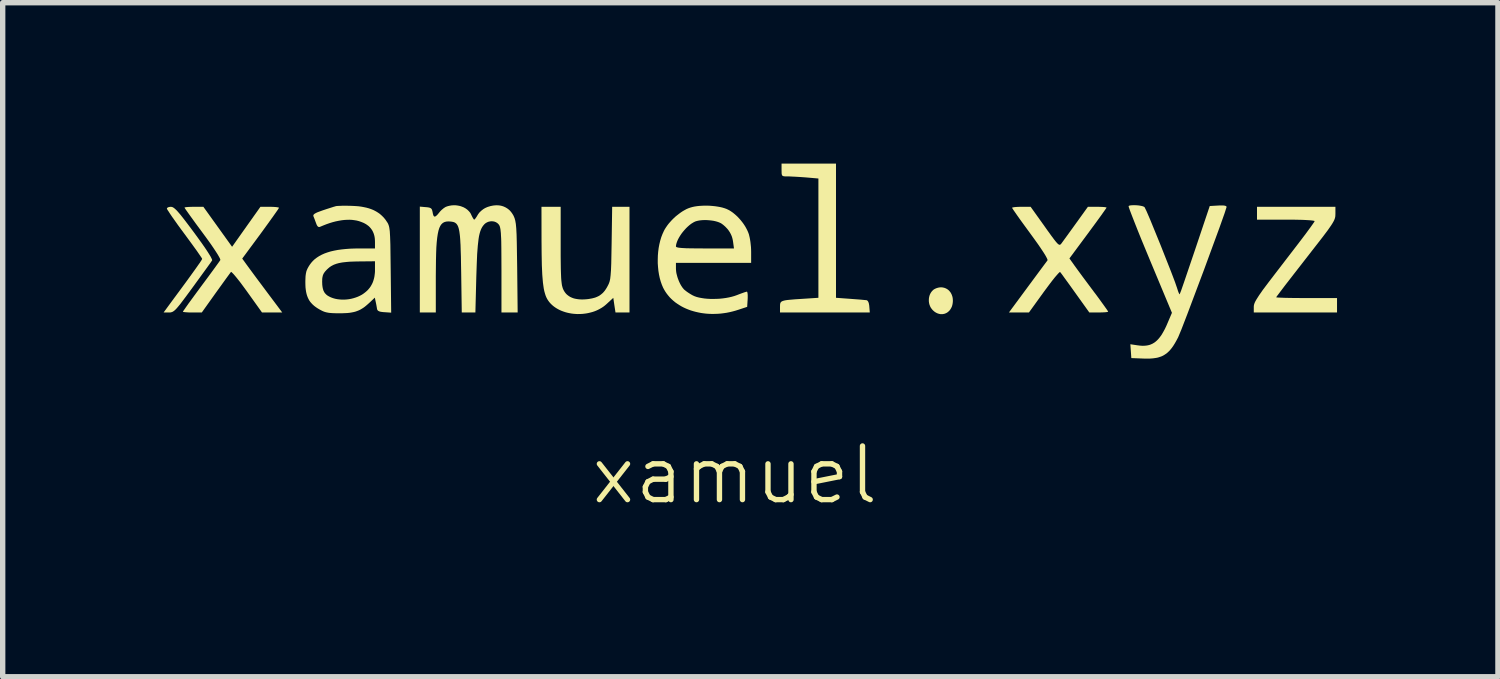
<source format=kicad_pcb>
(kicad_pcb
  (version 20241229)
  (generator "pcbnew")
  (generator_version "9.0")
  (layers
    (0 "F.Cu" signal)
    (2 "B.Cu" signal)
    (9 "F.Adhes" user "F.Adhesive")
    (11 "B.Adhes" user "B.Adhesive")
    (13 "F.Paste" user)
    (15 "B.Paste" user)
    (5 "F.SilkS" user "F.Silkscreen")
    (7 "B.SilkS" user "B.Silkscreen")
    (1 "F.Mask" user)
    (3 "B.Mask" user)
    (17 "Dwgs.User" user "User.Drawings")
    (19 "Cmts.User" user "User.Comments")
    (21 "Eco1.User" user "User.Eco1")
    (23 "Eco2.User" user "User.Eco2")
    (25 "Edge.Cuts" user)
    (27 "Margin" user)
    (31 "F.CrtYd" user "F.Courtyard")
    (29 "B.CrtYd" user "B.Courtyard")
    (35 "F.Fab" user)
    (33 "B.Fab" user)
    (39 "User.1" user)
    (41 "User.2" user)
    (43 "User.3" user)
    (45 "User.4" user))
  (footprint "xamuel"
    (layer "F.Cu")
    (at 10.649 1.807)
    (property "Reference" "xamuel" (at 0 4 0) (unlocked yes) (layer "F.SilkS") (effects (font (size 1 1) (thickness 0.1))))
    (fp_poly (pts (xy 11.198 -0.87) (xy 11.196 -0.825) (xy 11.192 -0.803) (xy 11.186 -0.781) (xy 11.176 -0.755) (xy 11.162 -0.727) (xy 11.143 -0.694) (xy 11.119 -0.656) (xy 11.052 -0.56) (xy 10.954 -0.43) (xy 10.646 -0.034) (xy 10.432 0.241) (xy 10.256 0.468) (xy 10.138 0.624) (xy 10.105 0.668) (xy 10.097 0.68) (xy 10.094 0.685) (xy 10.097 0.687) (xy 10.106 0.688) (xy 10.139 0.691) (xy 10.261 0.696) (xy 10.441 0.699) (xy 10.661 0.7) (xy 11.228 0.7) (xy 11.228 0.969) (xy 9.676 0.969) (xy 9.676 0.863) (xy 9.677 0.845) (xy 9.68 0.827) (xy 9.686 0.806) (xy 9.695 0.783) (xy 9.708 0.756) (xy 9.726 0.725) (xy 9.775 0.648) (xy 9.847 0.545) (xy 9.947 0.412) (xy 10.078 0.241) (xy 10.243 0.026) (xy 10.463 -0.26) (xy 10.56 -0.387) (xy 10.644 -0.498) (xy 10.713 -0.592) (xy 10.765 -0.664) (xy 10.799 -0.713) (xy 10.807 -0.727) (xy 10.81 -0.733) (xy 10.808 -0.737) (xy 10.801 -0.74) (xy 10.772 -0.745) (xy 10.726 -0.75) (xy 10.664 -0.754) (xy 10.586 -0.758) (xy 10.495 -0.76) (xy 10.39 -0.762) (xy 10.273 -0.762) (xy 9.736 -0.762) (xy 9.736 -1.001) (xy 11.198 -1.001)) (stroke (width -0.000001) (type solid)) (fill yes) (layer "F.SilkS"))
    (fp_poly (pts (xy 1.887 0.695) (xy 2.148 0.714) (xy 2.253 0.722) (xy 2.346 0.729) (xy 2.416 0.736) (xy 2.454 0.739) (xy 2.457 0.74) (xy 2.459 0.741) (xy 2.464 0.743) (xy 2.469 0.746) (xy 2.474 0.749) (xy 2.478 0.754) (xy 2.482 0.759) (xy 2.486 0.766) (xy 2.49 0.773) (xy 2.493 0.781) (xy 2.496 0.789) (xy 2.499 0.799) (xy 2.501 0.809) (xy 2.503 0.82) (xy 2.505 0.831) (xy 2.507 0.844) (xy 2.508 0.857) (xy 2.517 0.969) (xy 0.843 0.969) (xy 0.843 0.865) (xy 0.844 0.824) (xy 0.846 0.808) (xy 0.85 0.793) (xy 0.856 0.781) (xy 0.86 0.776) (xy 0.866 0.77) (xy 0.872 0.766) (xy 0.879 0.761) (xy 0.896 0.754) (xy 0.919 0.747) (xy 0.947 0.741) (xy 0.982 0.736) (xy 1.023 0.732) (xy 1.128 0.723) (xy 1.268 0.714) (xy 1.559 0.695) (xy 1.559 -1.529) (xy 1.33 -1.549) (xy 1.233 -1.556) (xy 1.135 -1.562) (xy 1.05 -1.566) (xy 1.015 -1.568) (xy 0.987 -1.568) (xy 0.95 -1.568) (xy 0.934 -1.569) (xy 0.921 -1.57) (xy 0.915 -1.571) (xy 0.91 -1.572) (xy 0.905 -1.573) (xy 0.901 -1.575) (xy 0.897 -1.576) (xy 0.893 -1.578) (xy 0.89 -1.581) (xy 0.887 -1.583) (xy 0.885 -1.586) (xy 0.882 -1.59) (xy 0.88 -1.593) (xy 0.879 -1.598) (xy 0.877 -1.602) (xy 0.876 -1.607) (xy 0.875 -1.613) (xy 0.874 -1.619) (xy 0.873 -1.632) (xy 0.873 -1.648) (xy 0.872 -1.687) (xy 0.872 -1.807) (xy 1.887 -1.807)) (stroke (width -0.000001) (type solid)) (fill yes) (layer "F.SilkS"))
    (fp_poly (pts (xy 3.866 0.501) (xy 3.88 0.503) (xy 3.894 0.506) (xy 3.907 0.509) (xy 3.92 0.514) (xy 3.933 0.519) (xy 3.945 0.525) (xy 3.957 0.532) (xy 3.968 0.539) (xy 3.979 0.547) (xy 3.989 0.556) (xy 3.999 0.566) (xy 4.008 0.577) (xy 4.017 0.588) (xy 4.025 0.599) (xy 4.032 0.612) (xy 4.039 0.625) (xy 4.045 0.638) (xy 4.05 0.652) (xy 4.055 0.667) (xy 4.059 0.682) (xy 4.062 0.698) (xy 4.064 0.714) (xy 4.065 0.731) (xy 4.066 0.748) (xy 4.065 0.77) (xy 4.063 0.79) (xy 4.06 0.81) (xy 4.056 0.829) (xy 4.051 0.847) (xy 4.045 0.864) (xy 4.037 0.88) (xy 4.029 0.895) (xy 4.02 0.91) (xy 4.01 0.923) (xy 4 0.936) (xy 3.988 0.947) (xy 3.977 0.957) (xy 3.964 0.967) (xy 3.951 0.975) (xy 3.937 0.982) (xy 3.923 0.988) (xy 3.909 0.993) (xy 3.894 0.996) (xy 3.879 0.999) (xy 3.863 1) (xy 3.847 1) (xy 3.832 0.999) (xy 3.816 0.996) (xy 3.8 0.992) (xy 3.784 0.987) (xy 3.768 0.98) (xy 3.752 0.972) (xy 3.737 0.963) (xy 3.721 0.952) (xy 3.706 0.939) (xy 3.691 0.925) (xy 3.681 0.914) (xy 3.671 0.902) (xy 3.662 0.889) (xy 3.653 0.876) (xy 3.646 0.863) (xy 3.64 0.849) (xy 3.634 0.834) (xy 3.629 0.82) (xy 3.625 0.805) (xy 3.622 0.79) (xy 3.62 0.775) (xy 3.618 0.76) (xy 3.618 0.745) (xy 3.618 0.73) (xy 3.619 0.715) (xy 3.62 0.7) (xy 3.623 0.686) (xy 3.626 0.671) (xy 3.63 0.657) (xy 3.634 0.643) (xy 3.64 0.63) (xy 3.646 0.617) (xy 3.653 0.604) (xy 3.661 0.592) (xy 3.669 0.581) (xy 3.678 0.57) (xy 3.688 0.56) (xy 3.698 0.55) (xy 3.709 0.541) (xy 3.721 0.534) (xy 3.734 0.527) (xy 3.747 0.521) (xy 3.762 0.515) (xy 3.778 0.51) (xy 3.793 0.506) (xy 3.808 0.503) (xy 3.823 0.501) (xy 3.837 0.5) (xy 3.852 0.5)) (stroke (width -0.000001) (type solid)) (fill yes) (layer "F.SilkS"))
    (fp_poly (pts (xy -10.5 -1) (xy -10.488 -0.997) (xy -10.474 -0.991) (xy -10.46 -0.982) (xy -10.444 -0.97) (xy -10.426 -0.954) (xy -10.406 -0.935) (xy -10.384 -0.911) (xy -10.33 -0.848) (xy -10.264 -0.764) (xy -10.181 -0.655) (xy -10.08 -0.52) (xy -10.002 -0.413) (xy -9.933 -0.317) (xy -9.874 -0.232) (xy -9.848 -0.193) (xy -9.825 -0.158) (xy -9.805 -0.126) (xy -9.787 -0.097) (xy -9.772 -0.072) (xy -9.761 -0.05) (xy -9.752 -0.032) (xy -9.746 -0.018) (xy -9.745 -0.012) (xy -9.744 -0.008) (xy -9.744 -0.004) (xy -9.745 -0.001) (xy -9.78 0.05) (xy -9.861 0.162) (xy -10.108 0.502) (xy -10.216 0.649) (xy -10.261 0.709) (xy -10.3 0.761) (xy -10.334 0.806) (xy -10.35 0.826) (xy -10.365 0.844) (xy -10.378 0.86) (xy -10.391 0.875) (xy -10.403 0.889) (xy -10.414 0.901) (xy -10.425 0.912) (xy -10.435 0.922) (xy -10.444 0.93) (xy -10.453 0.937) (xy -10.462 0.944) (xy -10.47 0.949) (xy -10.478 0.954) (xy -10.486 0.958) (xy -10.494 0.961) (xy -10.501 0.963) (xy -10.509 0.965) (xy -10.516 0.967) (xy -10.524 0.968) (xy -10.532 0.968) (xy -10.549 0.969) (xy -10.649 0.969) (xy -10.49 0.752) (xy -10.34 0.549) (xy -10.218 0.383) (xy -10.121 0.249) (xy -10.047 0.146) (xy -9.993 0.069) (xy -9.972 0.04) (xy -9.957 0.016) (xy -9.945 -0.002) (xy -9.937 -0.016) (xy -9.932 -0.026) (xy -9.931 -0.029) (xy -9.931 -0.031) (xy -9.932 -0.036) (xy -9.937 -0.045) (xy -9.957 -0.075) (xy -10.027 -0.177) (xy -10.132 -0.322) (xy -10.259 -0.495) (xy -10.325 -0.584) (xy -10.387 -0.669) (xy -10.442 -0.747) (xy -10.491 -0.816) (xy -10.531 -0.875) (xy -10.561 -0.922) (xy -10.573 -0.939) (xy -10.581 -0.953) (xy -10.586 -0.963) (xy -10.587 -0.967) (xy -10.587 -0.969) (xy -10.587 -0.971) (xy -10.587 -0.972) (xy -10.586 -0.974) (xy -10.586 -0.975) (xy -10.585 -0.977) (xy -10.584 -0.978) (xy -10.581 -0.981) (xy -10.578 -0.984) (xy -10.574 -0.987) (xy -10.57 -0.989) (xy -10.565 -0.992) (xy -10.56 -0.994) (xy -10.554 -0.995) (xy -10.548 -0.997) (xy -10.541 -0.998) (xy -10.534 -1) (xy -10.527 -1) (xy -10.52 -1.001) (xy -10.512 -1.001)) (stroke (width -0.000001) (type solid)) (fill yes) (layer "F.SilkS"))
    (fp_poly (pts (xy -9.64 -0.629) (xy -9.372 -0.256) (xy -9.108 -0.629) (xy -8.844 -1.001) (xy -8.671 -1.001) (xy -8.653 -1.001) (xy -8.636 -1.001) (xy -8.62 -1) (xy -8.604 -1) (xy -8.589 -0.999) (xy -8.575 -0.998) (xy -8.561 -0.997) (xy -8.549 -0.996) (xy -8.538 -0.994) (xy -8.528 -0.993) (xy -8.519 -0.991) (xy -8.512 -0.99) (xy -8.506 -0.988) (xy -8.504 -0.987) (xy -8.502 -0.986) (xy -8.5 -0.986) (xy -8.499 -0.985) (xy -8.499 -0.984) (xy -8.498 -0.983) (xy -8.505 -0.97) (xy -8.525 -0.939) (xy -8.599 -0.834) (xy -8.708 -0.682) (xy -8.84 -0.5) (xy -9.183 -0.036) (xy -9.073 0.116) (xy -8.918 0.326) (xy -8.7 0.618) (xy -8.437 0.969) (xy -8.814 0.969) (xy -9.093 0.579) (xy -9.15 0.501) (xy -9.203 0.429) (xy -9.228 0.396) (xy -9.252 0.366) (xy -9.275 0.337) (xy -9.296 0.311) (xy -9.316 0.287) (xy -9.333 0.267) (xy -9.349 0.249) (xy -9.363 0.235) (xy -9.374 0.224) (xy -9.383 0.216) (xy -9.387 0.214) (xy -9.389 0.213) (xy -9.391 0.213) (xy -9.393 0.213) (xy -9.422 0.252) (xy -9.485 0.338) (xy -9.676 0.603) (xy -9.937 0.969) (xy -10.113 0.969) (xy -10.148 0.968) (xy -10.181 0.968) (xy -10.211 0.966) (xy -10.225 0.965) (xy -10.237 0.964) (xy -10.249 0.963) (xy -10.259 0.962) (xy -10.268 0.961) (xy -10.275 0.96) (xy -10.281 0.959) (xy -10.285 0.957) (xy -10.287 0.957) (xy -10.288 0.956) (xy -10.289 0.955) (xy -10.289 0.954) (xy -10.282 0.942) (xy -10.262 0.913) (xy -10.19 0.81) (xy -10.082 0.662) (xy -9.951 0.484) (xy -9.818 0.305) (xy -9.706 0.152) (xy -9.627 0.043) (xy -9.603 0.009) (xy -9.592 -0.007) (xy -9.591 -0.014) (xy -9.594 -0.024) (xy -9.599 -0.038) (xy -9.608 -0.056) (xy -9.634 -0.102) (xy -9.671 -0.161) (xy -9.718 -0.232) (xy -9.775 -0.315) (xy -9.841 -0.407) (xy -9.915 -0.508) (xy -10.049 -0.689) (xy -10.158 -0.84) (xy -10.2 -0.899) (xy -10.232 -0.944) (xy -10.252 -0.974) (xy -10.257 -0.983) (xy -10.259 -0.987) (xy -10.259 -0.987) (xy -10.258 -0.988) (xy -10.255 -0.989) (xy -10.251 -0.991) (xy -10.245 -0.992) (xy -10.229 -0.995) (xy -10.207 -0.997) (xy -10.181 -0.999) (xy -10.152 -1) (xy -10.119 -1.001) (xy -10.083 -1.001) (xy -9.907 -1.001)) (stroke (width -0.000001) (type solid)) (fill yes) (layer "F.SilkS"))
    (fp_poly (pts (xy -3.246 -0.282) (xy -3.246 -0.075) (xy -3.244 0.092) (xy -3.243 0.162) (xy -3.241 0.224) (xy -3.239 0.278) (xy -3.237 0.326) (xy -3.234 0.367) (xy -3.23 0.403) (xy -3.226 0.435) (xy -3.222 0.462) (xy -3.216 0.486) (xy -3.21 0.507) (xy -3.204 0.525) (xy -3.196 0.543) (xy -3.183 0.568) (xy -3.168 0.591) (xy -3.151 0.613) (xy -3.132 0.633) (xy -3.111 0.65) (xy -3.089 0.666) (xy -3.065 0.68) (xy -3.039 0.692) (xy -3.011 0.703) (xy -2.982 0.711) (xy -2.95 0.717) (xy -2.917 0.722) (xy -2.882 0.725) (xy -2.845 0.726) (xy -2.806 0.725) (xy -2.765 0.722) (xy -2.728 0.718) (xy -2.693 0.712) (xy -2.66 0.706) (xy -2.629 0.698) (xy -2.614 0.694) (xy -2.6 0.69) (xy -2.586 0.684) (xy -2.573 0.679) (xy -2.56 0.673) (xy -2.547 0.667) (xy -2.535 0.661) (xy -2.523 0.654) (xy -2.512 0.646) (xy -2.501 0.638) (xy -2.49 0.63) (xy -2.48 0.621) (xy -2.469 0.612) (xy -2.459 0.603) (xy -2.45 0.593) (xy -2.44 0.582) (xy -2.431 0.571) (xy -2.422 0.56) (xy -2.405 0.535) (xy -2.388 0.508) (xy -2.372 0.479) (xy -2.351 0.438) (xy -2.343 0.417) (xy -2.335 0.395) (xy -2.329 0.37) (xy -2.323 0.342) (xy -2.315 0.272) (xy -2.308 0.179) (xy -2.303 0.053) (xy -2.296 -0.322) (xy -2.286 -1.001) (xy -1.963 -1.001) (xy -1.963 0.969) (xy -2.224 0.969) (xy -2.245 0.833) (xy -2.265 0.696) (xy -2.392 0.813) (xy -2.421 0.838) (xy -2.451 0.861) (xy -2.483 0.882) (xy -2.516 0.901) (xy -2.55 0.919) (xy -2.585 0.935) (xy -2.621 0.949) (xy -2.658 0.961) (xy -2.696 0.971) (xy -2.734 0.98) (xy -2.773 0.987) (xy -2.812 0.992) (xy -2.851 0.996) (xy -2.89 0.997) (xy -2.93 0.998) (xy -2.969 0.996) (xy -3.008 0.993) (xy -3.047 0.988) (xy -3.085 0.981) (xy -3.122 0.973) (xy -3.159 0.963) (xy -3.195 0.951) (xy -3.23 0.938) (xy -3.264 0.923) (xy -3.297 0.906) (xy -3.328 0.888) (xy -3.358 0.868) (xy -3.386 0.847) (xy -3.412 0.824) (xy -3.437 0.799) (xy -3.46 0.773) (xy -3.48 0.745) (xy -3.497 0.718) (xy -3.513 0.687) (xy -3.527 0.653) (xy -3.539 0.615) (xy -3.551 0.572) (xy -3.561 0.524) (xy -3.569 0.469) (xy -3.577 0.409) (xy -3.589 0.265) (xy -3.597 0.088) (xy -3.601 -0.126) (xy -3.603 -0.382) (xy -3.604 -1.001) (xy -3.246 -1.001)) (stroke (width -0.000001) (type solid)) (fill yes) (layer "F.SilkS"))
    (fp_poly (pts (xy 5.781 -0.63) (xy 5.826 -0.566) (xy 5.867 -0.51) (xy 5.902 -0.461) (xy 5.918 -0.44) (xy 5.933 -0.42) (xy 5.946 -0.402) (xy 5.959 -0.385) (xy 5.971 -0.37) (xy 5.982 -0.356) (xy 5.992 -0.344) (xy 6.001 -0.334) (xy 6.009 -0.325) (xy 6.017 -0.317) (xy 6.024 -0.31) (xy 6.028 -0.307) (xy 6.031 -0.305) (xy 6.034 -0.302) (xy 6.037 -0.3) (xy 6.04 -0.299) (xy 6.043 -0.297) (xy 6.045 -0.296) (xy 6.048 -0.295) (xy 6.05 -0.294) (xy 6.053 -0.294) (xy 6.055 -0.293) (xy 6.057 -0.293) (xy 6.059 -0.294) (xy 6.062 -0.294) (xy 6.064 -0.295) (xy 6.066 -0.296) (xy 6.068 -0.297) (xy 6.07 -0.298) (xy 6.072 -0.299) (xy 6.074 -0.301) (xy 6.078 -0.304) (xy 6.082 -0.309) (xy 6.086 -0.313) (xy 6.094 -0.324) (xy 6.193 -0.46) (xy 6.363 -0.695) (xy 6.583 -1.001) (xy 6.757 -1.001) (xy 6.792 -1.001) (xy 6.824 -1) (xy 6.854 -0.999) (xy 6.867 -0.998) (xy 6.88 -0.997) (xy 6.891 -0.996) (xy 6.901 -0.995) (xy 6.91 -0.993) (xy 6.917 -0.992) (xy 6.923 -0.991) (xy 6.927 -0.989) (xy 6.929 -0.989) (xy 6.93 -0.988) (xy 6.93 -0.987) (xy 6.931 -0.987) (xy 6.924 -0.974) (xy 6.903 -0.944) (xy 6.829 -0.839) (xy 6.719 -0.688) (xy 6.585 -0.506) (xy 6.239 -0.039) (xy 6.337 0.099) (xy 6.396 0.18) (xy 6.484 0.3) (xy 6.698 0.587) (xy 6.751 0.657) (xy 6.8 0.724) (xy 6.844 0.785) (xy 6.883 0.839) (xy 6.915 0.884) (xy 6.94 0.919) (xy 6.955 0.942) (xy 6.959 0.949) (xy 6.96 0.953) (xy 6.96 0.953) (xy 6.96 0.954) (xy 6.957 0.956) (xy 6.953 0.957) (xy 6.947 0.959) (xy 6.93 0.962) (xy 6.909 0.964) (xy 6.883 0.966) (xy 6.853 0.967) (xy 6.82 0.968) (xy 6.785 0.969) (xy 6.61 0.969) (xy 6.348 0.603) (xy 6.245 0.459) (xy 6.157 0.338) (xy 6.095 0.252) (xy 6.075 0.227) (xy 6.066 0.214) (xy 6.065 0.214) (xy 6.063 0.214) (xy 6.056 0.218) (xy 6.047 0.225) (xy 6.036 0.236) (xy 6.007 0.268) (xy 5.969 0.312) (xy 5.925 0.367) (xy 5.876 0.431) (xy 5.822 0.503) (xy 5.765 0.58) (xy 5.484 0.969) (xy 5.111 0.969) (xy 5.458 0.499) (xy 5.711 0.157) (xy 5.83 -0.003) (xy 5.831 -0.006) (xy 5.831 -0.009) (xy 5.829 -0.019) (xy 5.824 -0.032) (xy 5.816 -0.049) (xy 5.791 -0.095) (xy 5.755 -0.153) (xy 5.708 -0.224) (xy 5.652 -0.306) (xy 5.586 -0.398) (xy 5.512 -0.5) (xy 5.379 -0.682) (xy 5.321 -0.762) (xy 5.27 -0.834) (xy 5.229 -0.893) (xy 5.197 -0.939) (xy 5.177 -0.97) (xy 5.172 -0.979) (xy 5.17 -0.983) (xy 5.17 -0.984) (xy 5.171 -0.985) (xy 5.173 -0.986) (xy 5.178 -0.988) (xy 5.183 -0.99) (xy 5.191 -0.991) (xy 5.199 -0.993) (xy 5.221 -0.996) (xy 5.246 -0.998) (xy 5.276 -1) (xy 5.308 -1.001) (xy 5.343 -1.001) (xy 5.516 -1.001)) (stroke (width -0.000001) (type solid)) (fill yes) (layer "F.SilkS"))
    (fp_poly (pts (xy 7.467 -1.031) (xy 7.492 -1.03) (xy 7.517 -1.028) (xy 7.541 -1.025) (xy 7.564 -1.021) (xy 7.585 -1.017) (xy 7.604 -1.012) (xy 7.62 -1.006) (xy 7.627 -1.003) (xy 7.632 -1) (xy 7.637 -0.997) (xy 7.64 -0.994) (xy 7.675 -0.923) (xy 7.744 -0.763) (xy 7.938 -0.288) (xy 8.135 0.211) (xy 8.207 0.401) (xy 8.246 0.514) (xy 8.25 0.527) (xy 8.254 0.539) (xy 8.258 0.551) (xy 8.261 0.562) (xy 8.265 0.573) (xy 8.269 0.583) (xy 8.272 0.592) (xy 8.276 0.6) (xy 8.279 0.607) (xy 8.282 0.614) (xy 8.285 0.619) (xy 8.288 0.623) (xy 8.289 0.625) (xy 8.29 0.626) (xy 8.291 0.628) (xy 8.292 0.628) (xy 8.293 0.629) (xy 8.294 0.629) (xy 8.295 0.629) (xy 8.295 0.628) (xy 8.322 0.559) (xy 8.384 0.38) (xy 8.581 -0.2) (xy 8.855 -1.016) (xy 9.012 -1.025) (xy 9.032 -1.026) (xy 9.05 -1.027) (xy 9.067 -1.027) (xy 9.082 -1.027) (xy 9.09 -1.027) (xy 9.097 -1.026) (xy 9.103 -1.026) (xy 9.109 -1.026) (xy 9.115 -1.025) (xy 9.121 -1.025) (xy 9.126 -1.024) (xy 9.131 -1.023) (xy 9.136 -1.022) (xy 9.14 -1.021) (xy 9.144 -1.02) (xy 9.148 -1.019) (xy 9.151 -1.018) (xy 9.154 -1.016) (xy 9.157 -1.015) (xy 9.159 -1.013) (xy 9.162 -1.012) (xy 9.164 -1.01) (xy 9.165 -1.008) (xy 9.166 -1.006) (xy 9.167 -1.004) (xy 9.168 -1.002) (xy 9.169 -1) (xy 9.169 -0.998) (xy 9.133 -0.885) (xy 9.038 -0.617) (xy 8.745 0.181) (xy 8.438 0.997) (xy 8.326 1.287) (xy 8.266 1.431) (xy 8.235 1.49) (xy 8.205 1.543) (xy 8.175 1.591) (xy 8.145 1.633) (xy 8.114 1.671) (xy 8.098 1.688) (xy 8.081 1.704) (xy 8.065 1.719) (xy 8.048 1.733) (xy 8.03 1.745) (xy 8.012 1.757) (xy 7.994 1.768) (xy 7.975 1.778) (xy 7.955 1.787) (xy 7.935 1.794) (xy 7.914 1.801) (xy 7.892 1.808) (xy 7.87 1.813) (xy 7.846 1.817) (xy 7.797 1.824) (xy 7.743 1.828) (xy 7.686 1.829) (xy 7.623 1.828) (xy 7.393 1.819) (xy 7.384 1.69) (xy 7.375 1.561) (xy 7.508 1.581) (xy 7.558 1.587) (xy 7.605 1.59) (xy 7.627 1.589) (xy 7.649 1.588) (xy 7.67 1.586) (xy 7.69 1.583) (xy 7.71 1.579) (xy 7.73 1.574) (xy 7.748 1.568) (xy 7.767 1.56) (xy 7.785 1.552) (xy 7.802 1.542) (xy 7.819 1.532) (xy 7.836 1.52) (xy 7.852 1.507) (xy 7.868 1.493) (xy 7.884 1.477) (xy 7.899 1.461) (xy 7.914 1.443) (xy 7.929 1.424) (xy 7.959 1.382) (xy 7.987 1.334) (xy 8.016 1.281) (xy 8.044 1.223) (xy 8.072 1.158) (xy 8.15 0.975) (xy 7.738 -0.012) (xy 7.579 -0.396) (xy 7.511 -0.565) (xy 7.452 -0.714) (xy 7.404 -0.837) (xy 7.368 -0.931) (xy 7.347 -0.991) (xy 7.343 -1.008) (xy 7.342 -1.015) (xy 7.346 -1.018) (xy 7.35 -1.02) (xy 7.356 -1.023) (xy 7.363 -1.025) (xy 7.379 -1.028) (xy 7.398 -1.03) (xy 7.42 -1.031) (xy 7.443 -1.032)) (stroke (width -0.000001) (type solid)) (fill yes) (layer "F.SilkS"))
    (fp_poly (pts (xy -0.514 -1.023) (xy -0.464 -1.021) (xy -0.414 -1.017) (xy -0.366 -1.012) (xy -0.319 -1.005) (xy -0.274 -0.997) (xy -0.231 -0.987) (xy -0.191 -0.975) (xy -0.155 -0.962) (xy -0.123 -0.947) (xy -0.093 -0.931) (xy -0.064 -0.912) (xy -0.034 -0.891) (xy -0.005 -0.867) (xy 0.024 -0.842) (xy 0.052 -0.816) (xy 0.079 -0.787) (xy 0.105 -0.758) (xy 0.13 -0.727) (xy 0.154 -0.696) (xy 0.176 -0.664) (xy 0.197 -0.631) (xy 0.215 -0.598) (xy 0.232 -0.565) (xy 0.247 -0.532) (xy 0.259 -0.5) (xy 0.264 -0.485) (xy 0.268 -0.468) (xy 0.277 -0.431) (xy 0.285 -0.389) (xy 0.292 -0.344) (xy 0.297 -0.297) (xy 0.302 -0.25) (xy 0.304 -0.204) (xy 0.305 -0.16) (xy 0.305 0.044) (xy -1.097 0.044) (xy -1.097 0.149) (xy -1.096 0.172) (xy -1.094 0.196) (xy -1.091 0.221) (xy -1.086 0.247) (xy -1.079 0.273) (xy -1.072 0.3) (xy -1.064 0.326) (xy -1.054 0.353) (xy -1.044 0.379) (xy -1.033 0.404) (xy -1.021 0.429) (xy -1.009 0.452) (xy -0.996 0.474) (xy -0.982 0.495) (xy -0.968 0.514) (xy -0.954 0.53) (xy -0.949 0.537) (xy -0.942 0.543) (xy -0.934 0.55) (xy -0.925 0.557) (xy -0.905 0.573) (xy -0.883 0.589) (xy -0.859 0.605) (xy -0.834 0.621) (xy -0.809 0.636) (xy -0.784 0.65) (xy -0.749 0.666) (xy -0.709 0.68) (xy -0.665 0.691) (xy -0.616 0.7) (xy -0.565 0.708) (xy -0.51 0.713) (xy -0.454 0.716) (xy -0.396 0.716) (xy -0.338 0.715) (xy -0.28 0.712) (xy -0.222 0.706) (xy -0.165 0.698) (xy -0.11 0.688) (xy -0.058 0.676) (xy -0.009 0.662) (xy 0.037 0.646) (xy 0.07 0.633) (xy 0.102 0.621) (xy 0.132 0.61) (xy 0.16 0.6) (xy 0.183 0.592) (xy 0.203 0.586) (xy 0.21 0.584) (xy 0.217 0.582) (xy 0.222 0.581) (xy 0.225 0.581) (xy 0.226 0.581) (xy 0.227 0.581) (xy 0.23 0.584) (xy 0.232 0.587) (xy 0.234 0.592) (xy 0.235 0.598) (xy 0.237 0.605) (xy 0.238 0.613) (xy 0.239 0.622) (xy 0.24 0.632) (xy 0.241 0.643) (xy 0.241 0.667) (xy 0.241 0.694) (xy 0.24 0.722) (xy 0.231 0.864) (xy 0.067 0.918) (xy 0.013 0.935) (xy -0.042 0.95) (xy -0.097 0.963) (xy -0.152 0.974) (xy -0.206 0.982) (xy -0.261 0.989) (xy -0.315 0.993) (xy -0.369 0.995) (xy -0.422 0.996) (xy -0.475 0.994) (xy -0.527 0.991) (xy -0.579 0.985) (xy -0.629 0.978) (xy -0.679 0.968) (xy -0.728 0.957) (xy -0.776 0.944) (xy -0.822 0.93) (xy -0.868 0.913) (xy -0.912 0.895) (xy -0.955 0.875) (xy -0.997 0.853) (xy -1.037 0.829) (xy -1.075 0.804) (xy -1.112 0.778) (xy -1.147 0.749) (xy -1.18 0.719) (xy -1.211 0.688) (xy -1.24 0.654) (xy -1.267 0.62) (xy -1.292 0.584) (xy -1.315 0.546) (xy -1.336 0.507) (xy -1.36 0.451) (xy -1.381 0.391) (xy -1.399 0.327) (xy -1.413 0.261) (xy -1.424 0.192) (xy -1.431 0.122) (xy -1.436 0.051) (xy -1.436 -0.021) (xy -1.434 -0.093) (xy -1.428 -0.165) (xy -1.419 -0.235) (xy -1.414 -0.262) (xy -1.097 -0.262) (xy -1.095 -0.257) (xy -1.09 -0.253) (xy -1.082 -0.248) (xy -1.07 -0.245) (xy -1.055 -0.241) (xy -1.035 -0.238) (xy -0.982 -0.233) (xy -0.909 -0.229) (xy -0.815 -0.227) (xy -0.698 -0.226) (xy -0.556 -0.225) (xy -0.015 -0.225) (xy -0.032 -0.349) (xy -0.036 -0.374) (xy -0.041 -0.399) (xy -0.047 -0.422) (xy -0.054 -0.445) (xy -0.063 -0.468) (xy -0.073 -0.49) (xy -0.084 -0.511) (xy -0.096 -0.532) (xy -0.11 -0.553) (xy -0.124 -0.573) (xy -0.14 -0.592) (xy -0.158 -0.611) (xy -0.176 -0.63) (xy -0.196 -0.648) (xy -0.217 -0.666) (xy -0.24 -0.683) (xy -0.258 -0.695) (xy -0.281 -0.706) (xy -0.306 -0.716) (xy -0.333 -0.725) (xy -0.363 -0.733) (xy -0.395 -0.74) (xy -0.428 -0.745) (xy -0.463 -0.749) (xy -0.497 -0.752) (xy -0.532 -0.754) (xy -0.567 -0.754) (xy -0.601 -0.753) (xy -0.633 -0.75) (xy -0.665 -0.746) (xy -0.694 -0.74) (xy -0.721 -0.733) (xy -0.736 -0.728) (xy -0.751 -0.721) (xy -0.767 -0.713) (xy -0.782 -0.704) (xy -0.814 -0.684) (xy -0.846 -0.659) (xy -0.877 -0.632) (xy -0.908 -0.602) (xy -0.938 -0.569) (xy -0.967 -0.535) (xy -0.994 -0.5) (xy -1.018 -0.464) (xy -1.04 -0.428) (xy -1.059 -0.392) (xy -1.074 -0.358) (xy -1.086 -0.324) (xy -1.09 -0.308) (xy -1.094 -0.292) (xy -1.096 -0.277) (xy -1.097 -0.262) (xy -1.414 -0.262) (xy -1.406 -0.304) (xy -1.39 -0.37) (xy -1.371 -0.434) (xy -1.348 -0.494) (xy -1.322 -0.551) (xy -1.304 -0.585) (xy -1.282 -0.619) (xy -1.258 -0.654) (xy -1.232 -0.688) (xy -1.203 -0.721) (xy -1.173 -0.754) (xy -1.142 -0.785) (xy -1.109 -0.816) (xy -1.075 -0.844) (xy -1.04 -0.871) (xy -1.005 -0.897) (xy -0.97 -0.92) (xy -0.935 -0.94) (xy -0.9 -0.959) (xy -0.865 -0.974) (xy -0.831 -0.986) (xy -0.793 -0.997) (xy -0.752 -1.006) (xy -0.707 -1.013) (xy -0.661 -1.018) (xy -0.613 -1.021) (xy -0.564 -1.023)) (stroke (width -0.000001) (type solid)) (fill yes) (layer "F.SilkS"))
    (fp_poly (pts (xy -5.208 -1.03) (xy -5.19 -1.028) (xy -5.173 -1.026) (xy -5.156 -1.023) (xy -5.139 -1.02) (xy -5.122 -1.016) (xy -5.105 -1.011) (xy -5.089 -1.005) (xy -5.074 -0.999) (xy -5.058 -0.993) (xy -5.043 -0.985) (xy -5.029 -0.977) (xy -5.015 -0.969) (xy -5.002 -0.959) (xy -4.989 -0.95) (xy -4.977 -0.939) (xy -4.966 -0.928) (xy -4.955 -0.917) (xy -4.945 -0.905) (xy -4.935 -0.893) (xy -4.927 -0.88) (xy -4.919 -0.866) (xy -4.913 -0.852) (xy -4.909 -0.843) (xy -4.904 -0.834) (xy -4.9 -0.826) (xy -4.896 -0.817) (xy -4.892 -0.81) (xy -4.888 -0.802) (xy -4.884 -0.795) (xy -4.88 -0.789) (xy -4.876 -0.783) (xy -4.873 -0.778) (xy -4.87 -0.773) (xy -4.867 -0.769) (xy -4.864 -0.766) (xy -4.863 -0.765) (xy -4.862 -0.764) (xy -4.86 -0.763) (xy -4.859 -0.763) (xy -4.858 -0.763) (xy -4.858 -0.762) (xy -4.857 -0.763) (xy -4.856 -0.763) (xy -4.854 -0.764) (xy -4.851 -0.767) (xy -4.848 -0.77) (xy -4.844 -0.773) (xy -4.84 -0.778) (xy -4.832 -0.789) (xy -4.822 -0.803) (xy -4.812 -0.818) (xy -4.802 -0.835) (xy -4.791 -0.853) (xy -4.785 -0.863) (xy -4.778 -0.872) (xy -4.771 -0.882) (xy -4.763 -0.892) (xy -4.754 -0.902) (xy -4.744 -0.911) (xy -4.734 -0.921) (xy -4.724 -0.93) (xy -4.713 -0.939) (xy -4.702 -0.947) (xy -4.691 -0.956) (xy -4.68 -0.963) (xy -4.668 -0.97) (xy -4.657 -0.977) (xy -4.646 -0.982) (xy -4.635 -0.987) (xy -4.615 -0.996) (xy -4.594 -1.003) (xy -4.574 -1.009) (xy -4.554 -1.015) (xy -4.534 -1.019) (xy -4.514 -1.023) (xy -4.495 -1.026) (xy -4.475 -1.028) (xy -4.456 -1.029) (xy -4.438 -1.03) (xy -4.419 -1.029) (xy -4.401 -1.028) (xy -4.383 -1.026) (xy -4.365 -1.023) (xy -4.348 -1.019) (xy -4.331 -1.014) (xy -4.315 -1.009) (xy -4.299 -1.002) (xy -4.283 -0.995) (xy -4.268 -0.987) (xy -4.253 -0.978) (xy -4.239 -0.969) (xy -4.225 -0.959) (xy -4.211 -0.947) (xy -4.198 -0.936) (xy -4.186 -0.923) (xy -4.174 -0.909) (xy -4.163 -0.895) (xy -4.152 -0.88) (xy -4.142 -0.864) (xy -4.132 -0.848) (xy -4.123 -0.831) (xy -4.106 -0.791) (xy -4.093 -0.745) (xy -4.082 -0.683) (xy -4.074 -0.598) (xy -4.068 -0.482) (xy -4.064 -0.328) (xy -4.057 0.126) (xy -4.048 0.969) (xy -4.35 0.969) (xy -4.35 0.184) (xy -4.351 -0.04) (xy -4.352 -0.22) (xy -4.353 -0.295) (xy -4.354 -0.361) (xy -4.356 -0.418) (xy -4.359 -0.468) (xy -4.361 -0.511) (xy -4.365 -0.547) (xy -4.368 -0.577) (xy -4.373 -0.603) (xy -4.375 -0.614) (xy -4.378 -0.623) (xy -4.38 -0.632) (xy -4.383 -0.641) (xy -4.386 -0.648) (xy -4.39 -0.655) (xy -4.393 -0.661) (xy -4.397 -0.666) (xy -4.402 -0.674) (xy -4.409 -0.681) (xy -4.415 -0.688) (xy -4.423 -0.694) (xy -4.43 -0.7) (xy -4.438 -0.705) (xy -4.446 -0.71) (xy -4.454 -0.715) (xy -4.463 -0.718) (xy -4.472 -0.722) (xy -4.481 -0.725) (xy -4.49 -0.727) (xy -4.5 -0.729) (xy -4.509 -0.73) (xy -4.519 -0.731) (xy -4.529 -0.732) (xy -4.539 -0.732) (xy -4.548 -0.731) (xy -4.558 -0.73) (xy -4.568 -0.728) (xy -4.578 -0.726) (xy -4.587 -0.724) (xy -4.597 -0.721) (xy -4.606 -0.717) (xy -4.616 -0.713) (xy -4.625 -0.708) (xy -4.634 -0.703) (xy -4.642 -0.698) (xy -4.651 -0.692) (xy -4.659 -0.685) (xy -4.667 -0.678) (xy -4.674 -0.67) (xy -4.692 -0.649) (xy -4.708 -0.626) (xy -4.723 -0.599) (xy -4.736 -0.569) (xy -4.748 -0.535) (xy -4.759 -0.495) (xy -4.769 -0.451) (xy -4.777 -0.4) (xy -4.791 -0.277) (xy -4.803 -0.121) (xy -4.811 0.071) (xy -4.819 0.305) (xy -4.836 0.969) (xy -5.09 0.969) (xy -5.101 0.215) (xy -5.104 0.063) (xy -5.106 -0.071) (xy -5.11 -0.189) (xy -5.113 -0.292) (xy -5.116 -0.338) (xy -5.118 -0.38) (xy -5.121 -0.419) (xy -5.124 -0.456) (xy -5.128 -0.489) (xy -5.132 -0.519) (xy -5.136 -0.546) (xy -5.141 -0.571) (xy -5.146 -0.594) (xy -5.152 -0.614) (xy -5.158 -0.632) (xy -5.165 -0.648) (xy -5.173 -0.662) (xy -5.181 -0.674) (xy -5.185 -0.679) (xy -5.189 -0.684) (xy -5.194 -0.689) (xy -5.199 -0.693) (xy -5.209 -0.701) (xy -5.219 -0.707) (xy -5.231 -0.713) (xy -5.243 -0.717) (xy -5.256 -0.72) (xy -5.27 -0.723) (xy -5.285 -0.725) (xy -5.301 -0.727) (xy -5.342 -0.729) (xy -5.379 -0.726) (xy -5.412 -0.717) (xy -5.441 -0.702) (xy -5.467 -0.679) (xy -5.489 -0.648) (xy -5.508 -0.608) (xy -5.524 -0.558) (xy -5.537 -0.497) (xy -5.548 -0.425) (xy -5.557 -0.34) (xy -5.564 -0.243) (xy -5.568 -0.131) (xy -5.571 -0.005) (xy -5.574 0.295) (xy -5.574 0.969) (xy -5.872 0.969) (xy -5.872 -1.005) (xy -5.76 -0.995) (xy -5.743 -0.994) (xy -5.727 -0.992) (xy -5.714 -0.99) (xy -5.701 -0.988) (xy -5.696 -0.986) (xy -5.69 -0.985) (xy -5.685 -0.983) (xy -5.681 -0.981) (xy -5.676 -0.979) (xy -5.672 -0.977) (xy -5.669 -0.975) (xy -5.665 -0.972) (xy -5.662 -0.97) (xy -5.659 -0.967) (xy -5.656 -0.964) (xy -5.654 -0.961) (xy -5.651 -0.957) (xy -5.649 -0.953) (xy -5.647 -0.949) (xy -5.645 -0.945) (xy -5.643 -0.94) (xy -5.642 -0.935) (xy -5.639 -0.924) (xy -5.636 -0.912) (xy -5.633 -0.898) (xy -5.63 -0.88) (xy -5.626 -0.864) (xy -5.624 -0.857) (xy -5.622 -0.85) (xy -5.62 -0.844) (xy -5.618 -0.839) (xy -5.615 -0.834) (xy -5.613 -0.83) (xy -5.61 -0.827) (xy -5.608 -0.824) (xy -5.605 -0.822) (xy -5.601 -0.821) (xy -5.598 -0.82) (xy -5.595 -0.819) (xy -5.591 -0.82) (xy -5.587 -0.82) (xy -5.583 -0.822) (xy -5.579 -0.824) (xy -5.575 -0.827) (xy -5.57 -0.83) (xy -5.565 -0.834) (xy -5.56 -0.839) (xy -5.554 -0.844) (xy -5.548 -0.85) (xy -5.536 -0.863) (xy -5.523 -0.879) (xy -5.508 -0.897) (xy -5.501 -0.906) (xy -5.494 -0.914) (xy -5.487 -0.922) (xy -5.479 -0.93) (xy -5.471 -0.938) (xy -5.463 -0.946) (xy -5.454 -0.953) (xy -5.446 -0.96) (xy -5.437 -0.967) (xy -5.429 -0.974) (xy -5.421 -0.98) (xy -5.412 -0.985) (xy -5.405 -0.99) (xy -5.397 -0.995) (xy -5.39 -0.999) (xy -5.383 -1.002) (xy -5.366 -1.008) (xy -5.349 -1.014) (xy -5.331 -1.018) (xy -5.314 -1.022) (xy -5.296 -1.025) (xy -5.279 -1.028) (xy -5.261 -1.029) (xy -5.243 -1.03) (xy -5.225 -1.03)) (stroke (width -0.000001) (type solid)) (fill yes) (layer "F.SilkS"))
    (fp_poly (pts (xy -7.227 -1.021) (xy -7.175 -1.02) (xy -7.122 -1.018) (xy -7.066 -1.015) (xy -7.013 -1.011) (xy -6.962 -1.004) (xy -6.914 -0.995) (xy -6.867 -0.985) (xy -6.823 -0.973) (xy -6.782 -0.959) (xy -6.762 -0.951) (xy -6.742 -0.943) (xy -6.723 -0.934) (xy -6.705 -0.924) (xy -6.687 -0.915) (xy -6.67 -0.904) (xy -6.653 -0.894) (xy -6.636 -0.882) (xy -6.62 -0.871) (xy -6.605 -0.858) (xy -6.59 -0.845) (xy -6.576 -0.832) (xy -6.562 -0.818) (xy -6.548 -0.804) (xy -6.535 -0.789) (xy -6.523 -0.774) (xy -6.51 -0.758) (xy -6.499 -0.741) (xy -6.474 -0.704) (xy -6.464 -0.686) (xy -6.456 -0.666) (xy -6.448 -0.643) (xy -6.442 -0.616) (xy -6.437 -0.584) (xy -6.432 -0.545) (xy -6.426 -0.441) (xy -6.421 -0.295) (xy -6.415 0.17) (xy -6.406 0.972) (xy -6.534 0.963) (xy -6.552 0.962) (xy -6.569 0.96) (xy -6.584 0.958) (xy -6.591 0.957) (xy -6.597 0.956) (xy -6.604 0.955) (xy -6.61 0.953) (xy -6.615 0.952) (xy -6.62 0.95) (xy -6.625 0.949) (xy -6.63 0.947) (xy -6.634 0.945) (xy -6.638 0.943) (xy -6.642 0.941) (xy -6.645 0.939) (xy -6.649 0.937) (xy -6.652 0.935) (xy -6.654 0.932) (xy -6.657 0.929) (xy -6.659 0.927) (xy -6.661 0.924) (xy -6.663 0.921) (xy -6.665 0.917) (xy -6.666 0.914) (xy -6.668 0.91) (xy -6.669 0.906) (xy -6.67 0.903) (xy -6.671 0.898) (xy -6.671 0.894) (xy -6.676 0.865) (xy -6.682 0.831) (xy -6.689 0.795) (xy -6.696 0.763) (xy -6.711 0.692) (xy -6.806 0.782) (xy -6.838 0.811) (xy -6.868 0.837) (xy -6.897 0.861) (xy -6.926 0.882) (xy -6.955 0.9) (xy -6.984 0.917) (xy -7.014 0.931) (xy -7.045 0.943) (xy -7.077 0.954) (xy -7.11 0.962) (xy -7.146 0.969) (xy -7.183 0.975) (xy -7.224 0.979) (xy -7.267 0.981) (xy -7.314 0.983) (xy -7.364 0.983) (xy -7.403 0.983) (xy -7.438 0.983) (xy -7.47 0.982) (xy -7.499 0.981) (xy -7.526 0.979) (xy -7.551 0.977) (xy -7.574 0.974) (xy -7.595 0.97) (xy -7.615 0.966) (xy -7.634 0.961) (xy -7.653 0.955) (xy -7.671 0.948) (xy -7.689 0.94) (xy -7.707 0.931) (xy -7.726 0.921) (xy -7.746 0.91) (xy -7.781 0.889) (xy -7.812 0.868) (xy -7.841 0.846) (xy -7.868 0.822) (xy -7.891 0.798) (xy -7.913 0.773) (xy -7.932 0.746) (xy -7.948 0.717) (xy -7.962 0.687) (xy -7.974 0.655) (xy -7.984 0.621) (xy -7.992 0.585) (xy -7.998 0.546) (xy -8.003 0.505) (xy -8.005 0.461) (xy -8.006 0.414) (xy -8.006 0.391) (xy -7.693 0.391) (xy -7.692 0.422) (xy -7.691 0.451) (xy -7.688 0.478) (xy -7.686 0.49) (xy -7.684 0.503) (xy -7.682 0.514) (xy -7.679 0.526) (xy -7.676 0.536) (xy -7.673 0.547) (xy -7.67 0.557) (xy -7.666 0.566) (xy -7.661 0.575) (xy -7.657 0.584) (xy -7.652 0.593) (xy -7.646 0.601) (xy -7.641 0.609) (xy -7.634 0.616) (xy -7.628 0.623) (xy -7.621 0.63) (xy -7.614 0.637) (xy -7.606 0.643) (xy -7.597 0.65) (xy -7.589 0.656) (xy -7.58 0.661) (xy -7.57 0.667) (xy -7.56 0.672) (xy -7.549 0.678) (xy -7.527 0.688) (xy -7.489 0.702) (xy -7.45 0.713) (xy -7.409 0.721) (xy -7.366 0.726) (xy -7.324 0.729) (xy -7.28 0.729) (xy -7.236 0.726) (xy -7.193 0.721) (xy -7.15 0.713) (xy -7.107 0.702) (xy -7.066 0.689) (xy -7.026 0.674) (xy -6.987 0.656) (xy -6.95 0.636) (xy -6.916 0.613) (xy -6.884 0.588) (xy -6.862 0.569) (xy -6.841 0.549) (xy -6.823 0.528) (xy -6.805 0.506) (xy -6.789 0.483) (xy -6.775 0.459) (xy -6.762 0.435) (xy -6.75 0.409) (xy -6.74 0.382) (xy -6.732 0.355) (xy -6.724 0.326) (xy -6.718 0.296) (xy -6.714 0.265) (xy -6.71 0.232) (xy -6.708 0.199) (xy -6.708 0.164) (xy -6.708 0.014) (xy -6.999 0.017) (xy -7.063 0.018) (xy -7.123 0.02) (xy -7.178 0.022) (xy -7.228 0.026) (xy -7.275 0.031) (xy -7.317 0.036) (xy -7.356 0.043) (xy -7.393 0.051) (xy -7.409 0.056) (xy -7.426 0.06) (xy -7.441 0.066) (xy -7.456 0.071) (xy -7.471 0.077) (xy -7.485 0.083) (xy -7.498 0.09) (xy -7.511 0.097) (xy -7.524 0.104) (xy -7.536 0.112) (xy -7.548 0.12) (xy -7.56 0.129) (xy -7.582 0.148) (xy -7.604 0.168) (xy -7.617 0.182) (xy -7.628 0.194) (xy -7.639 0.206) (xy -7.648 0.218) (xy -7.656 0.23) (xy -7.664 0.242) (xy -7.67 0.254) (xy -7.675 0.266) (xy -7.68 0.279) (xy -7.683 0.292) (xy -7.686 0.306) (xy -7.689 0.32) (xy -7.691 0.336) (xy -7.692 0.353) (xy -7.692 0.371) (xy -7.693 0.391) (xy -8.006 0.391) (xy -8.006 0.382) (xy -8.005 0.353) (xy -8.004 0.326) (xy -8.003 0.301) (xy -8.001 0.279) (xy -7.998 0.258) (xy -7.995 0.238) (xy -7.991 0.22) (xy -7.987 0.202) (xy -7.981 0.185) (xy -7.974 0.169) (xy -7.967 0.152) (xy -7.958 0.136) (xy -7.949 0.119) (xy -7.938 0.101) (xy -7.926 0.082) (xy -7.898 0.044) (xy -7.866 0.008) (xy -7.831 -0.025) (xy -7.791 -0.055) (xy -7.748 -0.083) (xy -7.701 -0.108) (xy -7.65 -0.131) (xy -7.594 -0.151) (xy -7.535 -0.169) (xy -7.47 -0.184) (xy -7.402 -0.197) (xy -7.328 -0.207) (xy -7.25 -0.215) (xy -7.168 -0.221) (xy -7.08 -0.224) (xy -6.987 -0.225) (xy -6.708 -0.225) (xy -6.708 -0.346) (xy -6.709 -0.378) (xy -6.71 -0.393) (xy -6.711 -0.408) (xy -6.713 -0.423) (xy -6.715 -0.438) (xy -6.718 -0.452) (xy -6.721 -0.466) (xy -6.725 -0.479) (xy -6.729 -0.493) (xy -6.733 -0.505) (xy -6.738 -0.518) (xy -6.744 -0.53) (xy -6.749 -0.542) (xy -6.755 -0.554) (xy -6.762 -0.565) (xy -6.769 -0.576) (xy -6.777 -0.587) (xy -6.784 -0.597) (xy -6.793 -0.607) (xy -6.801 -0.617) (xy -6.811 -0.627) (xy -6.82 -0.636) (xy -6.83 -0.645) (xy -6.841 -0.653) (xy -6.852 -0.661) (xy -6.863 -0.669) (xy -6.875 -0.677) (xy -6.887 -0.684) (xy -6.9 -0.691) (xy -6.913 -0.698) (xy -6.926 -0.704) (xy -6.966 -0.72) (xy -7.006 -0.734) (xy -7.049 -0.745) (xy -7.092 -0.752) (xy -7.138 -0.758) (xy -7.184 -0.76) (xy -7.232 -0.759) (xy -7.281 -0.756) (xy -7.332 -0.75) (xy -7.384 -0.741) (xy -7.438 -0.73) (xy -7.493 -0.716) (xy -7.549 -0.699) (xy -7.607 -0.679) (xy -7.666 -0.656) (xy -7.726 -0.631) (xy -7.733 -0.628) (xy -7.736 -0.627) (xy -7.739 -0.626) (xy -7.742 -0.626) (xy -7.745 -0.625) (xy -7.748 -0.625) (xy -7.751 -0.625) (xy -7.753 -0.625) (xy -7.756 -0.626) (xy -7.759 -0.626) (xy -7.761 -0.627) (xy -7.764 -0.628) (xy -7.766 -0.63) (xy -7.768 -0.631) (xy -7.771 -0.633) (xy -7.773 -0.635) (xy -7.775 -0.637) (xy -7.778 -0.639) (xy -7.78 -0.642) (xy -7.782 -0.645) (xy -7.784 -0.648) (xy -7.789 -0.655) (xy -7.793 -0.663) (xy -7.797 -0.672) (xy -7.801 -0.682) (xy -7.805 -0.693) (xy -7.819 -0.73) (xy -7.832 -0.766) (xy -7.845 -0.799) (xy -7.855 -0.824) (xy -7.857 -0.83) (xy -7.857 -0.837) (xy -7.857 -0.843) (xy -7.855 -0.849) (xy -7.851 -0.855) (xy -7.846 -0.861) (xy -7.839 -0.867) (xy -7.83 -0.874) (xy -7.819 -0.88) (xy -7.807 -0.887) (xy -7.792 -0.894) (xy -7.776 -0.901) (xy -7.757 -0.908) (xy -7.735 -0.916) (xy -7.686 -0.934) (xy -7.608 -0.96) (xy -7.536 -0.983) (xy -7.477 -1.002) (xy -7.455 -1.008) (xy -7.439 -1.013) (xy -7.422 -1.016) (xy -7.395 -1.018) (xy -7.361 -1.019) (xy -7.321 -1.021) (xy -7.276 -1.021)) (stroke (width -0.000001) (type solid)) (fill yes) (layer "F.SilkS")))
  (gr_rect
    (start -3 -3)
    (end 24.877 9.567)
    (stroke (width 0.1) (type default))
    (fill no)
    (layer "Edge.Cuts")))
</source>
